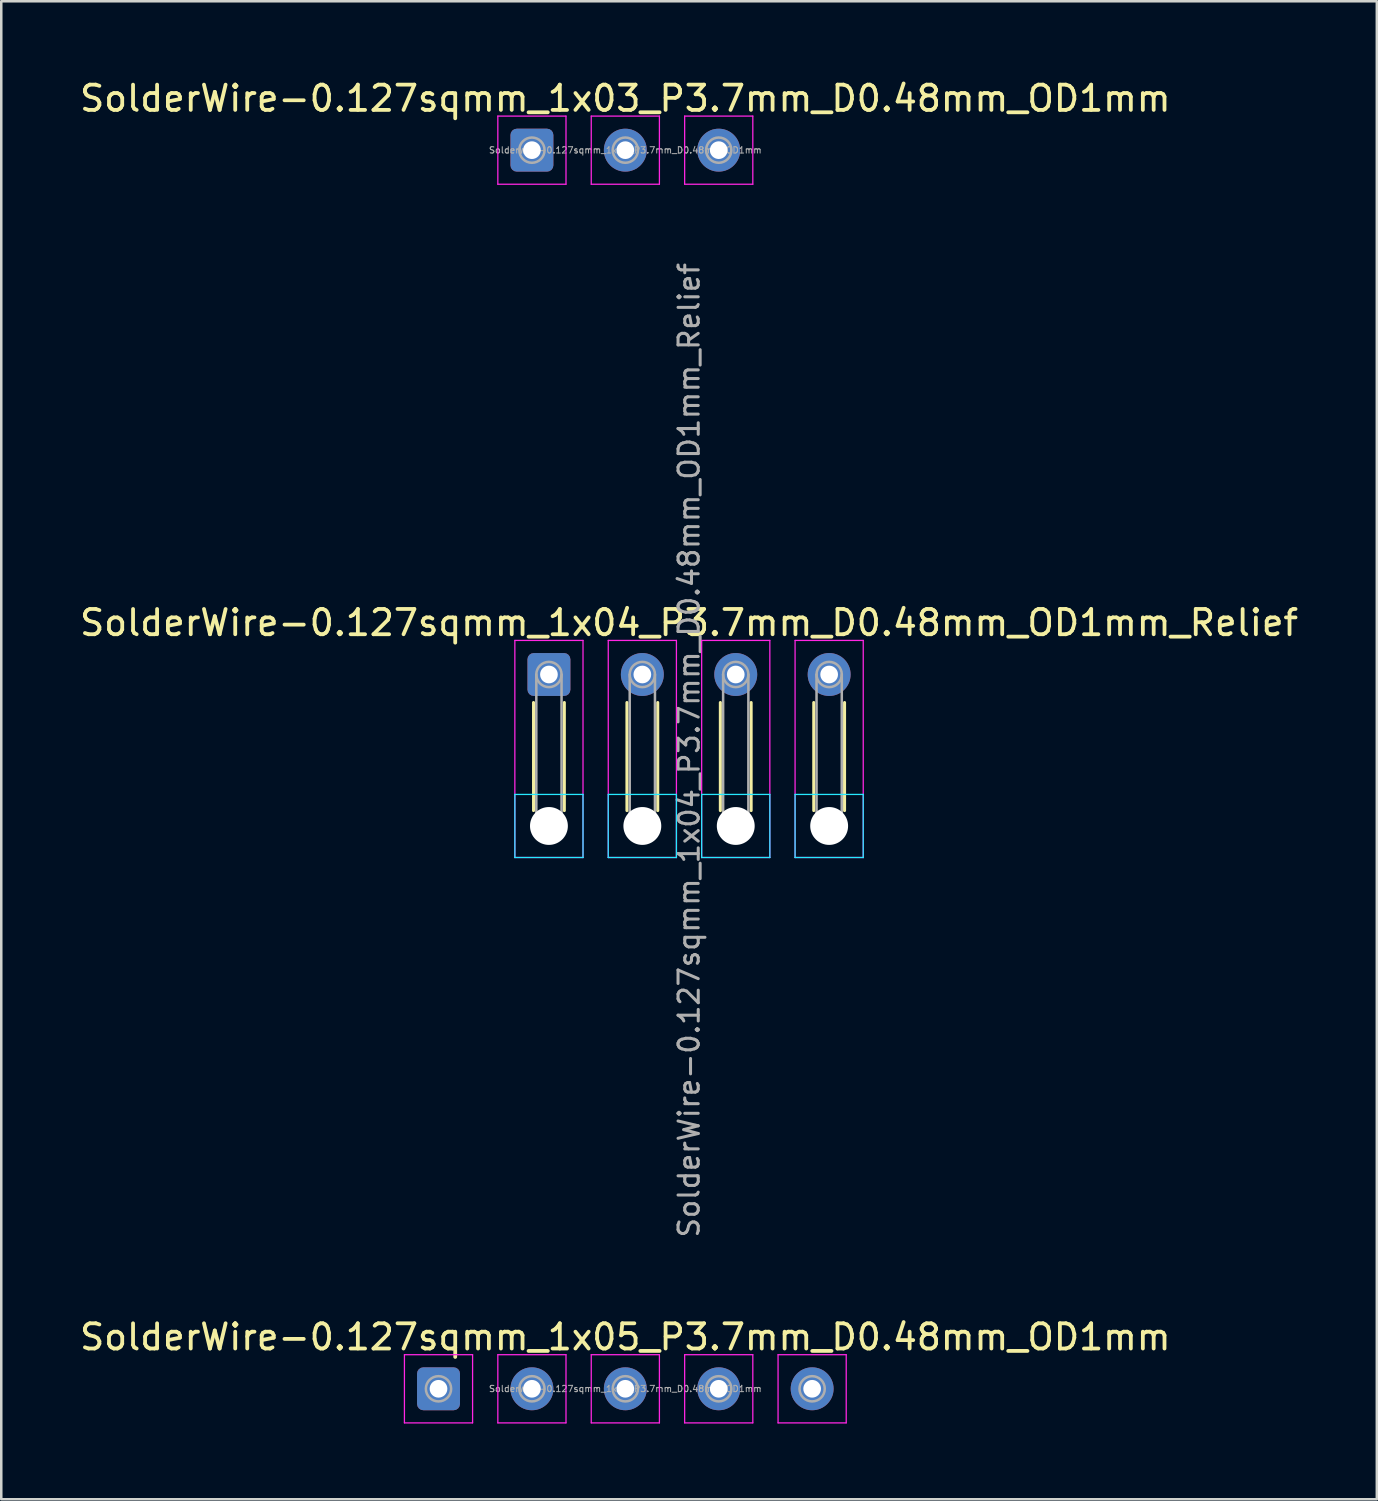
<source format=kicad_pcb>
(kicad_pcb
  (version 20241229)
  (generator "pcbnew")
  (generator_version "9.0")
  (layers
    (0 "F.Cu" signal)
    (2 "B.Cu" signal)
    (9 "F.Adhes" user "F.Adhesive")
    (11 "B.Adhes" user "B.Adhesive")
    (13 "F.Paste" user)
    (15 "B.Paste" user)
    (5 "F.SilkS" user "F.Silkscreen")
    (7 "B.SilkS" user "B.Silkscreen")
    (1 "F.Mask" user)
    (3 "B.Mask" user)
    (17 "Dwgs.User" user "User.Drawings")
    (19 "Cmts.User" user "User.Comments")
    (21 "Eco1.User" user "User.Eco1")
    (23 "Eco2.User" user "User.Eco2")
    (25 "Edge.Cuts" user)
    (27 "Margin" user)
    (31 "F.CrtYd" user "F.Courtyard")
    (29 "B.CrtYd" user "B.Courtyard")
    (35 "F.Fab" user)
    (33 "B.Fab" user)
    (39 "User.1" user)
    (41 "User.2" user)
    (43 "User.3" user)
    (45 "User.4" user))
  (footprint "SolderWire-0.127sqmm_1x03_P3.7mm_D0.48mm_OD1mm"
    (layer "F.Cu")
    (at 18.02 2.898)
    (property "Reference" "SolderWire-0.127sqmm_1x03_P3.7mm_D0.48mm_OD1mm" (at 3.7 -2.05 0) (layer "F.SilkS") (effects (font (size 1 1) (thickness 0.15))))
    (attr exclude_from_pos_files exclude_from_bom)
    (fp_line (start -1.35 -1.35) (end -1.35 1.35) (stroke (width 0.05) (type solid)) (layer "F.CrtYd"))
    (fp_line (start -1.35 1.35) (end 1.35 1.35) (stroke (width 0.05) (type solid)) (layer "F.CrtYd"))
    (fp_line (start 1.35 -1.35) (end -1.35 -1.35) (stroke (width 0.05) (type solid)) (layer "F.CrtYd"))
    (fp_line (start 1.35 1.35) (end 1.35 -1.35) (stroke (width 0.05) (type solid)) (layer "F.CrtYd"))
    (fp_line (start 2.35 -1.35) (end 2.35 1.35) (stroke (width 0.05) (type solid)) (layer "F.CrtYd"))
    (fp_line (start 2.35 1.35) (end 5.05 1.35) (stroke (width 0.05) (type solid)) (layer "F.CrtYd"))
    (fp_line (start 5.05 -1.35) (end 2.35 -1.35) (stroke (width 0.05) (type solid)) (layer "F.CrtYd"))
    (fp_line (start 5.05 1.35) (end 5.05 -1.35) (stroke (width 0.05) (type solid)) (layer "F.CrtYd"))
    (fp_line (start 6.05 -1.35) (end 6.05 1.35) (stroke (width 0.05) (type solid)) (layer "F.CrtYd"))
    (fp_line (start 6.05 1.35) (end 8.75 1.35) (stroke (width 0.05) (type solid)) (layer "F.CrtYd"))
    (fp_line (start 8.75 -1.35) (end 6.05 -1.35) (stroke (width 0.05) (type solid)) (layer "F.CrtYd"))
    (fp_line (start 8.75 1.35) (end 8.75 -1.35) (stroke (width 0.05) (type solid)) (layer "F.CrtYd"))
    (fp_circle (center 0 0) (end 0.5 0) (stroke (width 0.1) (type solid)) (fill no) (layer "F.Fab"))
    (fp_circle (center 3.7 0) (end 4.2 0) (stroke (width 0.1) (type solid)) (fill no) (layer "F.Fab"))
    (fp_circle (center 7.4 0) (end 7.9 0) (stroke (width 0.1) (type solid)) (fill no) (layer "F.Fab"))
    (fp_text user "${REFERENCE}" (at 3.7 0 0) (layer "F.Fab") (effects (font (size 0.25 0.25) (thickness 0.04))))
    (pad "1" thru_hole roundrect (at 0 0) (size 1.7 1.7) (drill 0.7) (layers "*.Cu" "*.Mask") (roundrect_rratio 0.147))
    (pad "2" thru_hole circle (at 3.7 0) (size 1.7 1.7) (drill 0.7) (layers "*.Cu" "*.Mask"))
    (pad "3" thru_hole circle (at 7.4 0) (size 1.7 1.7) (drill 0.7) (layers "*.Cu" "*.Mask")))
  (footprint "SolderWire-0.127sqmm_1x04_P3.7mm_D0.48mm_OD1mm_Relief"
    (layer "F.Cu")
    (at 18.694 23.668)
    (property "Reference" "SolderWire-0.127sqmm_1x04_P3.7mm_D0.48mm_OD1mm_Relief" (at 5.55 -2.05 0) (layer "F.SilkS") (effects (font (size 1 1) (thickness 0.15))))
    (attr exclude_from_pos_files exclude_from_bom)
    (fp_line (start -0.61 1.11) (end -0.61 5.39) (stroke (width 0.12) (type solid)) (layer "F.SilkS"))
    (fp_line (start 0.61 1.11) (end 0.61 5.39) (stroke (width 0.12) (type solid)) (layer "F.SilkS"))
    (fp_line (start 3.09 1.11) (end 3.09 5.39) (stroke (width 0.12) (type solid)) (layer "F.SilkS"))
    (fp_line (start 4.31 1.11) (end 4.31 5.39) (stroke (width 0.12) (type solid)) (layer "F.SilkS"))
    (fp_line (start 6.79 1.11) (end 6.79 5.39) (stroke (width 0.12) (type solid)) (layer "F.SilkS"))
    (fp_line (start 8.01 1.11) (end 8.01 5.39) (stroke (width 0.12) (type solid)) (layer "F.SilkS"))
    (fp_line (start 10.49 1.11) (end 10.49 5.39) (stroke (width 0.12) (type solid)) (layer "F.SilkS"))
    (fp_line (start 11.71 1.11) (end 11.71 5.39) (stroke (width 0.12) (type solid)) (layer "F.SilkS"))
    (fp_line (start -1.35 4.75) (end -1.35 7.25) (stroke (width 0.05) (type solid)) (layer "B.CrtYd"))
    (fp_line (start -1.35 7.25) (end 1.35 7.25) (stroke (width 0.05) (type solid)) (layer "B.CrtYd"))
    (fp_line (start 1.35 4.75) (end -1.35 4.75) (stroke (width 0.05) (type solid)) (layer "B.CrtYd"))
    (fp_line (start 1.35 7.25) (end 1.35 4.75) (stroke (width 0.05) (type solid)) (layer "B.CrtYd"))
    (fp_line (start 2.35 4.75) (end 2.35 7.25) (stroke (width 0.05) (type solid)) (layer "B.CrtYd"))
    (fp_line (start 2.35 7.25) (end 5.05 7.25) (stroke (width 0.05) (type solid)) (layer "B.CrtYd"))
    (fp_line (start 5.05 4.75) (end 2.35 4.75) (stroke (width 0.05) (type solid)) (layer "B.CrtYd"))
    (fp_line (start 5.05 7.25) (end 5.05 4.75) (stroke (width 0.05) (type solid)) (layer "B.CrtYd"))
    (fp_line (start 6.05 4.75) (end 6.05 7.25) (stroke (width 0.05) (type solid)) (layer "B.CrtYd"))
    (fp_line (start 6.05 7.25) (end 8.75 7.25) (stroke (width 0.05) (type solid)) (layer "B.CrtYd"))
    (fp_line (start 8.75 4.75) (end 6.05 4.75) (stroke (width 0.05) (type solid)) (layer "B.CrtYd"))
    (fp_line (start 8.75 7.25) (end 8.75 4.75) (stroke (width 0.05) (type solid)) (layer "B.CrtYd"))
    (fp_line (start 9.75 4.75) (end 9.75 7.25) (stroke (width 0.05) (type solid)) (layer "B.CrtYd"))
    (fp_line (start 9.75 7.25) (end 12.45 7.25) (stroke (width 0.05) (type solid)) (layer "B.CrtYd"))
    (fp_line (start 12.45 4.75) (end 9.75 4.75) (stroke (width 0.05) (type solid)) (layer "B.CrtYd"))
    (fp_line (start 12.45 7.25) (end 12.45 4.75) (stroke (width 0.05) (type solid)) (layer "B.CrtYd"))
    (fp_line (start -1.35 -1.35) (end -1.35 7.25) (stroke (width 0.05) (type solid)) (layer "F.CrtYd"))
    (fp_line (start -1.35 7.25) (end 1.35 7.25) (stroke (width 0.05) (type solid)) (layer "F.CrtYd"))
    (fp_line (start 1.35 -1.35) (end -1.35 -1.35) (stroke (width 0.05) (type solid)) (layer "F.CrtYd"))
    (fp_line (start 1.35 7.25) (end 1.35 -1.35) (stroke (width 0.05) (type solid)) (layer "F.CrtYd"))
    (fp_line (start 2.35 -1.35) (end 2.35 7.25) (stroke (width 0.05) (type solid)) (layer "F.CrtYd"))
    (fp_line (start 2.35 7.25) (end 5.05 7.25) (stroke (width 0.05) (type solid)) (layer "F.CrtYd"))
    (fp_line (start 5.05 -1.35) (end 2.35 -1.35) (stroke (width 0.05) (type solid)) (layer "F.CrtYd"))
    (fp_line (start 5.05 7.25) (end 5.05 -1.35) (stroke (width 0.05) (type solid)) (layer "F.CrtYd"))
    (fp_line (start 6.05 -1.35) (end 6.05 7.25) (stroke (width 0.05) (type solid)) (layer "F.CrtYd"))
    (fp_line (start 6.05 7.25) (end 8.75 7.25) (stroke (width 0.05) (type solid)) (layer "F.CrtYd"))
    (fp_line (start 8.75 -1.35) (end 6.05 -1.35) (stroke (width 0.05) (type solid)) (layer "F.CrtYd"))
    (fp_line (start 8.75 7.25) (end 8.75 -1.35) (stroke (width 0.05) (type solid)) (layer "F.CrtYd"))
    (fp_line (start 9.75 -1.35) (end 9.75 7.25) (stroke (width 0.05) (type solid)) (layer "F.CrtYd"))
    (fp_line (start 9.75 7.25) (end 12.45 7.25) (stroke (width 0.05) (type solid)) (layer "F.CrtYd"))
    (fp_line (start 12.45 -1.35) (end 9.75 -1.35) (stroke (width 0.05) (type solid)) (layer "F.CrtYd"))
    (fp_line (start 12.45 7.25) (end 12.45 -1.35) (stroke (width 0.05) (type solid)) (layer "F.CrtYd"))
    (fp_line (start -0.5 0) (end -0.5 6) (stroke (width 0.1) (type solid)) (layer "F.Fab"))
    (fp_line (start 0.5 0) (end 0.5 6) (stroke (width 0.1) (type solid)) (layer "F.Fab"))
    (fp_line (start 3.2 0) (end 3.2 6) (stroke (width 0.1) (type solid)) (layer "F.Fab"))
    (fp_line (start 4.2 0) (end 4.2 6) (stroke (width 0.1) (type solid)) (layer "F.Fab"))
    (fp_line (start 6.9 0) (end 6.9 6) (stroke (width 0.1) (type solid)) (layer "F.Fab"))
    (fp_line (start 7.9 0) (end 7.9 6) (stroke (width 0.1) (type solid)) (layer "F.Fab"))
    (fp_line (start 10.6 0) (end 10.6 6) (stroke (width 0.1) (type solid)) (layer "F.Fab"))
    (fp_line (start 11.6 0) (end 11.6 6) (stroke (width 0.1) (type solid)) (layer "F.Fab"))
    (fp_circle (center 0 0) (end 0.5 0) (stroke (width 0.1) (type solid)) (fill no) (layer "F.Fab"))
    (fp_circle (center 0 6) (end 0.5 6) (stroke (width 0.1) (type solid)) (fill no) (layer "F.Fab"))
    (fp_circle (center 3.7 0) (end 4.2 0) (stroke (width 0.1) (type solid)) (fill no) (layer "F.Fab"))
    (fp_circle (center 3.7 6) (end 4.2 6) (stroke (width 0.1) (type solid)) (fill no) (layer "F.Fab"))
    (fp_circle (center 7.4 0) (end 7.9 0) (stroke (width 0.1) (type solid)) (fill no) (layer "F.Fab"))
    (fp_circle (center 7.4 6) (end 7.9 6) (stroke (width 0.1) (type solid)) (fill no) (layer "F.Fab"))
    (fp_circle (center 11.1 0) (end 11.6 0) (stroke (width 0.1) (type solid)) (fill no) (layer "F.Fab"))
    (fp_circle (center 11.1 6) (end 11.6 6) (stroke (width 0.1) (type solid)) (fill no) (layer "F.Fab"))
    (fp_text user "${REFERENCE}" (at 5.55 3 90) (layer "F.Fab") (effects (font (size 0.8 0.8) (thickness 0.12))))
    (pad "" np_thru_hole circle (at 0 6) (size 1.5 1.5) (drill 1.5) (layers "*.Cu" "*.Mask"))
    (pad "" np_thru_hole circle (at 3.7 6) (size 1.5 1.5) (drill 1.5) (layers "*.Cu" "*.Mask"))
    (pad "" np_thru_hole circle (at 7.4 6) (size 1.5 1.5) (drill 1.5) (layers "*.Cu" "*.Mask"))
    (pad "" np_thru_hole circle (at 11.1 6) (size 1.5 1.5) (drill 1.5) (layers "*.Cu" "*.Mask"))
    (pad "1" thru_hole roundrect (at 0 0) (size 1.7 1.7) (drill 0.7) (layers "*.Cu" "*.Mask") (roundrect_rratio 0.147))
    (pad "2" thru_hole circle (at 3.7 0) (size 1.7 1.7) (drill 0.7) (layers "*.Cu" "*.Mask"))
    (pad "3" thru_hole circle (at 7.4 0) (size 1.7 1.7) (drill 0.7) (layers "*.Cu" "*.Mask"))
    (pad "4" thru_hole circle (at 11.1 0) (size 1.7 1.7) (drill 0.7) (layers "*.Cu" "*.Mask")))
  (footprint "SolderWire-0.127sqmm_1x05_P3.7mm_D0.48mm_OD1mm"
    (layer "F.Cu")
    (at 14.32 51.962)
    (property "Reference" "SolderWire-0.127sqmm_1x05_P3.7mm_D0.48mm_OD1mm" (at 7.4 -2.05 0) (layer "F.SilkS") (effects (font (size 1 1) (thickness 0.15))))
    (attr exclude_from_pos_files exclude_from_bom)
    (fp_line (start -1.35 -1.35) (end -1.35 1.35) (stroke (width 0.05) (type solid)) (layer "F.CrtYd"))
    (fp_line (start -1.35 1.35) (end 1.35 1.35) (stroke (width 0.05) (type solid)) (layer "F.CrtYd"))
    (fp_line (start 1.35 -1.35) (end -1.35 -1.35) (stroke (width 0.05) (type solid)) (layer "F.CrtYd"))
    (fp_line (start 1.35 1.35) (end 1.35 -1.35) (stroke (width 0.05) (type solid)) (layer "F.CrtYd"))
    (fp_line (start 2.35 -1.35) (end 2.35 1.35) (stroke (width 0.05) (type solid)) (layer "F.CrtYd"))
    (fp_line (start 2.35 1.35) (end 5.05 1.35) (stroke (width 0.05) (type solid)) (layer "F.CrtYd"))
    (fp_line (start 5.05 -1.35) (end 2.35 -1.35) (stroke (width 0.05) (type solid)) (layer "F.CrtYd"))
    (fp_line (start 5.05 1.35) (end 5.05 -1.35) (stroke (width 0.05) (type solid)) (layer "F.CrtYd"))
    (fp_line (start 6.05 -1.35) (end 6.05 1.35) (stroke (width 0.05) (type solid)) (layer "F.CrtYd"))
    (fp_line (start 6.05 1.35) (end 8.75 1.35) (stroke (width 0.05) (type solid)) (layer "F.CrtYd"))
    (fp_line (start 8.75 -1.35) (end 6.05 -1.35) (stroke (width 0.05) (type solid)) (layer "F.CrtYd"))
    (fp_line (start 8.75 1.35) (end 8.75 -1.35) (stroke (width 0.05) (type solid)) (layer "F.CrtYd"))
    (fp_line (start 9.75 -1.35) (end 9.75 1.35) (stroke (width 0.05) (type solid)) (layer "F.CrtYd"))
    (fp_line (start 9.75 1.35) (end 12.45 1.35) (stroke (width 0.05) (type solid)) (layer "F.CrtYd"))
    (fp_line (start 12.45 -1.35) (end 9.75 -1.35) (stroke (width 0.05) (type solid)) (layer "F.CrtYd"))
    (fp_line (start 12.45 1.35) (end 12.45 -1.35) (stroke (width 0.05) (type solid)) (layer "F.CrtYd"))
    (fp_line (start 13.45 -1.35) (end 13.45 1.35) (stroke (width 0.05) (type solid)) (layer "F.CrtYd"))
    (fp_line (start 13.45 1.35) (end 16.15 1.35) (stroke (width 0.05) (type solid)) (layer "F.CrtYd"))
    (fp_line (start 16.15 -1.35) (end 13.45 -1.35) (stroke (width 0.05) (type solid)) (layer "F.CrtYd"))
    (fp_line (start 16.15 1.35) (end 16.15 -1.35) (stroke (width 0.05) (type solid)) (layer "F.CrtYd"))
    (fp_circle (center 0 0) (end 0.5 0) (stroke (width 0.1) (type solid)) (fill no) (layer "F.Fab"))
    (fp_circle (center 3.7 0) (end 4.2 0) (stroke (width 0.1) (type solid)) (fill no) (layer "F.Fab"))
    (fp_circle (center 7.4 0) (end 7.9 0) (stroke (width 0.1) (type solid)) (fill no) (layer "F.Fab"))
    (fp_circle (center 11.1 0) (end 11.6 0) (stroke (width 0.1) (type solid)) (fill no) (layer "F.Fab"))
    (fp_circle (center 14.8 0) (end 15.3 0) (stroke (width 0.1) (type solid)) (fill no) (layer "F.Fab"))
    (fp_text user "${REFERENCE}" (at 7.4 0 0) (layer "F.Fab") (effects (font (size 0.25 0.25) (thickness 0.04))))
    (pad "1" thru_hole roundrect (at 0 0) (size 1.7 1.7) (drill 0.7) (layers "*.Cu" "*.Mask") (roundrect_rratio 0.147))
    (pad "2" thru_hole circle (at 3.7 0) (size 1.7 1.7) (drill 0.7) (layers "*.Cu" "*.Mask"))
    (pad "3" thru_hole circle (at 7.4 0) (size 1.7 1.7) (drill 0.7) (layers "*.Cu" "*.Mask"))
    (pad "4" thru_hole circle (at 11.1 0) (size 1.7 1.7) (drill 0.7) (layers "*.Cu" "*.Mask"))
    (pad "5" thru_hole circle (at 14.8 0) (size 1.7 1.7) (drill 0.7) (layers "*.Cu" "*.Mask")))
  (gr_rect
    (start -3 -3)
    (end 51.488 56.337)
    (stroke (width 0.1) (type default))
    (fill no)
    (layer "Edge.Cuts")))
</source>
